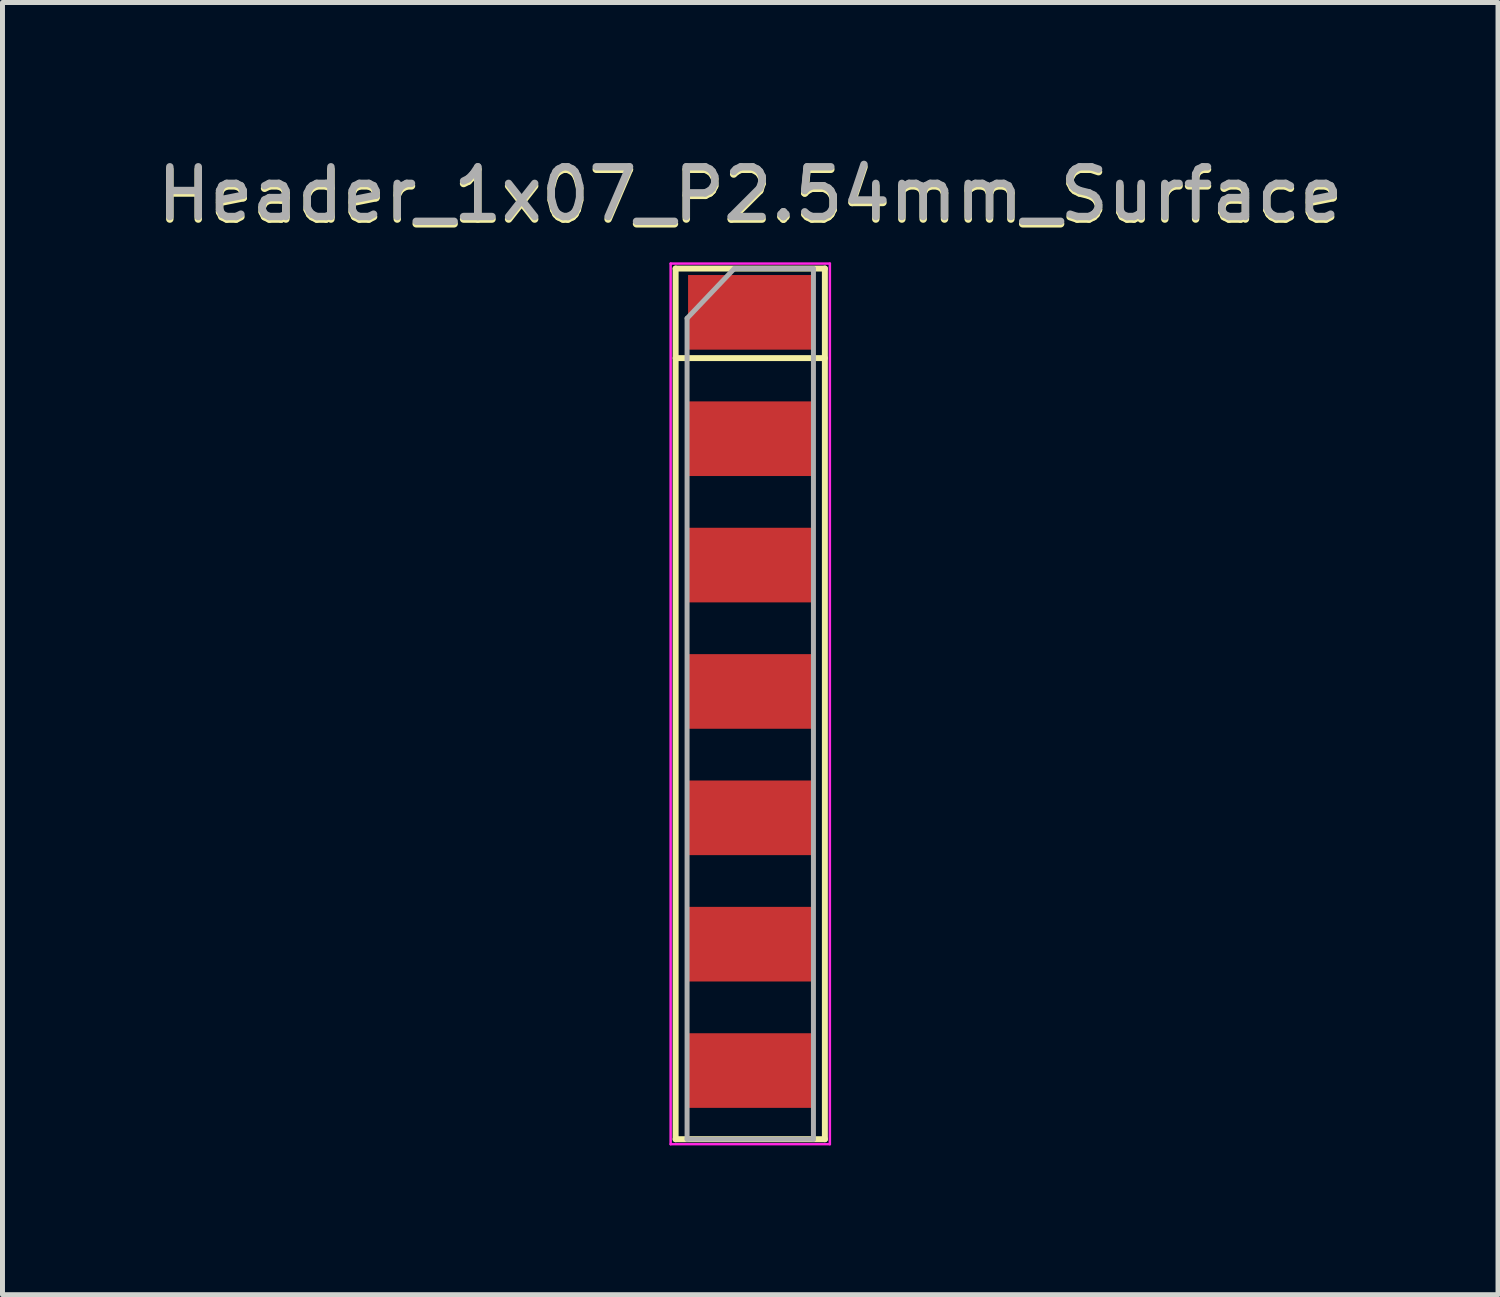
<source format=kicad_pcb>
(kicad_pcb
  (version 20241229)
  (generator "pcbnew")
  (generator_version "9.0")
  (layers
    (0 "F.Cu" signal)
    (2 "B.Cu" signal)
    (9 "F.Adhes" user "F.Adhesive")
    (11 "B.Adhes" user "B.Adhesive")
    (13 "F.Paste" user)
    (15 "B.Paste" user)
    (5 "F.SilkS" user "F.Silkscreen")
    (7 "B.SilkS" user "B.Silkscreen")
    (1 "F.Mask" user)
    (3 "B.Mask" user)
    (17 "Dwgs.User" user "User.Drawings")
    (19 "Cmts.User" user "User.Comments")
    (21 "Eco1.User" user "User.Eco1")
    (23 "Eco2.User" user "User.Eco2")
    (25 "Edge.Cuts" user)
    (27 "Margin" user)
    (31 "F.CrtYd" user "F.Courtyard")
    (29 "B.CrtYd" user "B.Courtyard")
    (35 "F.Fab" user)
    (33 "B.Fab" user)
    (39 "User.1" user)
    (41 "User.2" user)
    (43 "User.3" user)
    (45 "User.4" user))
  (footprint "Header_1x07_P2.54mm_Surface"
    (layer "F.Cu")
    (at 12.03 10.848)
    (property "Reference" "Header_1x07_P2.54mm_Surface" (at 0 -9.95 0) (layer "F.SilkS") (effects (font (size 1 1) (thickness 0.15))))
    (attr smd)
    (fp_line (start -1.5 -8.5) (end -1.5 9) (stroke (width 0.12) (type solid)) (layer "F.SilkS"))
    (fp_line (start -1.5 -8.5) (end 1.5 -8.5) (stroke (width 0.12) (type solid)) (layer "F.SilkS"))
    (fp_line (start -1.5 -6.7) (end 1.5 -6.7) (stroke (width 0.12) (type solid)) (layer "F.SilkS"))
    (fp_line (start -1.5 9) (end 1.5 9) (stroke (width 0.12) (type solid)) (layer "F.SilkS"))
    (fp_line (start 1.5 -8.5) (end 1.5 9) (stroke (width 0.12) (type solid)) (layer "F.SilkS"))
    (fp_line (start -1.6 -8.6) (end -1.6 9.1) (stroke (width 0.05) (type solid)) (layer "F.CrtYd"))
    (fp_line (start -1.6 9.1) (end 1.6 9.1) (stroke (width 0.05) (type solid)) (layer "F.CrtYd"))
    (fp_line (start 1.6 -8.6) (end -1.6 -8.6) (stroke (width 0.05) (type solid)) (layer "F.CrtYd"))
    (fp_line (start 1.6 9.1) (end 1.6 -8.6) (stroke (width 0.05) (type solid)) (layer "F.CrtYd"))
    (fp_line (start -1.27 -7.5) (end -0.32 -8.5) (stroke (width 0.1) (type solid)) (layer "F.Fab"))
    (fp_line (start -1.27 9) (end -1.27 -7.5) (stroke (width 0.1) (type solid)) (layer "F.Fab"))
    (fp_line (start -0.32 -8.5) (end 1.27 -8.5) (stroke (width 0.1) (type solid)) (layer "F.Fab"))
    (fp_line (start 1.27 -8.5) (end 1.27 9) (stroke (width 0.1) (type solid)) (layer "F.Fab"))
    (fp_line (start 1.27 9) (end -1.27 9) (stroke (width 0.1) (type solid)) (layer "F.Fab"))
    (fp_text user "${REFERENCE}" (at 0 -10 180) (layer "F.Fab") (effects (font (size 1 1) (thickness 0.15))))
    (pad "1" smd rect (at 0 -7.62) (size 2.5 1.5) (layers "F.Cu" "F.Mask" "F.Paste"))
    (pad "2" smd rect (at 0 -5.08) (size 2.5 1.5) (layers "F.Cu" "F.Mask" "F.Paste"))
    (pad "3" smd rect (at 0 -2.54) (size 2.5 1.5) (layers "F.Cu" "F.Mask" "F.Paste"))
    (pad "4" smd rect (at 0 0) (size 2.5 1.5) (layers "F.Cu" "F.Mask" "F.Paste"))
    (pad "5" smd rect (at 0 2.54) (size 2.5 1.5) (layers "F.Cu" "F.Mask" "F.Paste"))
    (pad "6" smd rect (at 0 5.08) (size 2.5 1.5) (layers "F.Cu" "F.Mask" "F.Paste"))
    (pad "7" smd rect (at 0 7.62) (size 2.5 1.5) (layers "F.Cu" "F.Mask" "F.Paste")))
  (gr_rect
    (start -3 -3)
    (end 27.06 22.973)
    (stroke (width 0.1) (type default))
    (fill no)
    (layer "Edge.Cuts")))
</source>
